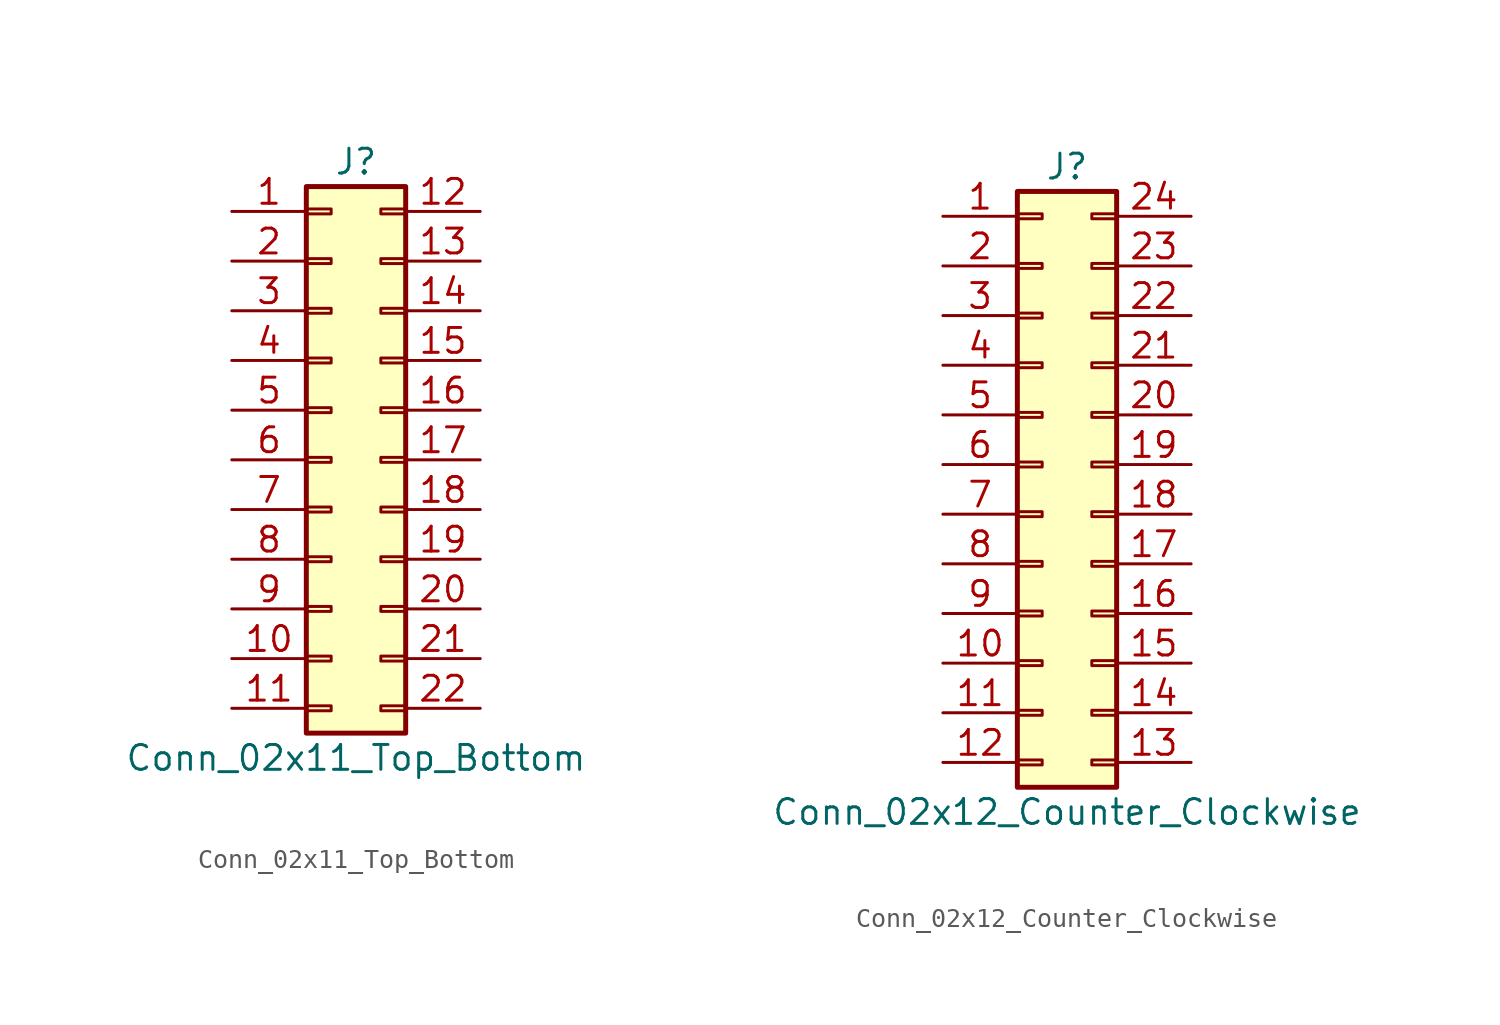
<source format=kicad_sym>
(kicad_symbol_lib
  (version 20220914)
  (generator kicad_symbol_editor)
  (symbol "Conn_02x11_Top_Bottom"
    (pin_names
      (offset 1.016) hide)
    (property "Reference" "J"
      (at 1.27 15.24 0)
      (effects (font (size 1.27 1.27))))
    (property "Value" "Conn_02x11_Top_Bottom"
      (at 1.27 -15.24 0)
      (effects (font (size 1.27 1.27))))
    (symbol "Conn_02x11_Top_Bottom_1_1"
      (rectangle (start -1.27 -12.573) (end 0 -12.827) (stroke (width 0.152) (type solid)) (fill (type none)))
      (rectangle (start -1.27 -10.033) (end 0 -10.287) (stroke (width 0.152) (type solid)) (fill (type none)))
      (rectangle (start -1.27 -7.493) (end 0 -7.747) (stroke (width 0.152) (type solid)) (fill (type none)))
      (rectangle (start -1.27 -4.953) (end 0 -5.207) (stroke (width 0.152) (type solid)) (fill (type none)))
      (rectangle (start -1.27 -2.413) (end 0 -2.667) (stroke (width 0.152) (type solid)) (fill (type none)))
      (rectangle (start -1.27 0.127) (end 0 -0.127) (stroke (width 0.152) (type solid)) (fill (type none)))
      (rectangle (start -1.27 2.667) (end 0 2.413) (stroke (width 0.152) (type solid)) (fill (type none)))
      (rectangle (start -1.27 5.207) (end 0 4.953) (stroke (width 0.152) (type solid)) (fill (type none)))
      (rectangle (start -1.27 7.747) (end 0 7.493) (stroke (width 0.152) (type solid)) (fill (type none)))
      (rectangle (start -1.27 10.287) (end 0 10.033) (stroke (width 0.152) (type solid)) (fill (type none)))
      (rectangle (start -1.27 12.827) (end 0 12.573) (stroke (width 0.152) (type solid)) (fill (type none)))
      (rectangle (start -1.27 13.97) (end 3.81 -13.97) (stroke (width 0.254) (type solid)) (fill (type background)))
      (rectangle (start 3.81 -12.573) (end 2.54 -12.827) (stroke (width 0.152) (type solid)) (fill (type none)))
      (rectangle (start 3.81 -10.033) (end 2.54 -10.287) (stroke (width 0.152) (type solid)) (fill (type none)))
      (rectangle (start 3.81 -7.493) (end 2.54 -7.747) (stroke (width 0.152) (type solid)) (fill (type none)))
      (rectangle (start 3.81 -4.953) (end 2.54 -5.207) (stroke (width 0.152) (type solid)) (fill (type none)))
      (rectangle (start 3.81 -2.413) (end 2.54 -2.667) (stroke (width 0.152) (type solid)) (fill (type none)))
      (rectangle (start 3.81 0.127) (end 2.54 -0.127) (stroke (width 0.152) (type solid)) (fill (type none)))
      (rectangle (start 3.81 2.667) (end 2.54 2.413) (stroke (width 0.152) (type solid)) (fill (type none)))
      (rectangle (start 3.81 5.207) (end 2.54 4.953) (stroke (width 0.152) (type solid)) (fill (type none)))
      (rectangle (start 3.81 7.747) (end 2.54 7.493) (stroke (width 0.152) (type solid)) (fill (type none)))
      (rectangle (start 3.81 10.287) (end 2.54 10.033) (stroke (width 0.152) (type solid)) (fill (type none)))
      (rectangle (start 3.81 12.827) (end 2.54 12.573) (stroke (width 0.152) (type solid)) (fill (type none)))
      (pin passive line (at -5.08 12.7 0) (length 3.81) (name "Pin_1" (effects (font (size 1.27 1.27)))) (number "1" (effects (font (size 1.27 1.27)))))
      (pin passive line (at -5.08 -10.16 0) (length 3.81) (name "Pin_10" (effects (font (size 1.27 1.27)))) (number "10" (effects (font (size 1.27 1.27)))))
      (pin passive line (at -5.08 -12.7 0) (length 3.81) (name "Pin_11" (effects (font (size 1.27 1.27)))) (number "11" (effects (font (size 1.27 1.27)))))
      (pin passive line (at 7.62 12.7 180) (length 3.81) (name "Pin_12" (effects (font (size 1.27 1.27)))) (number "12" (effects (font (size 1.27 1.27)))))
      (pin passive line (at 7.62 10.16 180) (length 3.81) (name "Pin_13" (effects (font (size 1.27 1.27)))) (number "13" (effects (font (size 1.27 1.27)))))
      (pin passive line (at 7.62 7.62 180) (length 3.81) (name "Pin_14" (effects (font (size 1.27 1.27)))) (number "14" (effects (font (size 1.27 1.27)))))
      (pin passive line (at 7.62 5.08 180) (length 3.81) (name "Pin_15" (effects (font (size 1.27 1.27)))) (number "15" (effects (font (size 1.27 1.27)))))
      (pin passive line (at 7.62 2.54 180) (length 3.81) (name "Pin_16" (effects (font (size 1.27 1.27)))) (number "16" (effects (font (size 1.27 1.27)))))
      (pin passive line (at 7.62 0 180) (length 3.81) (name "Pin_17" (effects (font (size 1.27 1.27)))) (number "17" (effects (font (size 1.27 1.27)))))
      (pin passive line (at 7.62 -2.54 180) (length 3.81) (name "Pin_18" (effects (font (size 1.27 1.27)))) (number "18" (effects (font (size 1.27 1.27)))))
      (pin passive line (at 7.62 -5.08 180) (length 3.81) (name "Pin_19" (effects (font (size 1.27 1.27)))) (number "19" (effects (font (size 1.27 1.27)))))
      (pin passive line (at -5.08 10.16 0) (length 3.81) (name "Pin_2" (effects (font (size 1.27 1.27)))) (number "2" (effects (font (size 1.27 1.27)))))
      (pin passive line (at 7.62 -7.62 180) (length 3.81) (name "Pin_20" (effects (font (size 1.27 1.27)))) (number "20" (effects (font (size 1.27 1.27)))))
      (pin passive line (at 7.62 -10.16 180) (length 3.81) (name "Pin_21" (effects (font (size 1.27 1.27)))) (number "21" (effects (font (size 1.27 1.27)))))
      (pin passive line (at 7.62 -12.7 180) (length 3.81) (name "Pin_22" (effects (font (size 1.27 1.27)))) (number "22" (effects (font (size 1.27 1.27)))))
      (pin passive line (at -5.08 7.62 0) (length 3.81) (name "Pin_3" (effects (font (size 1.27 1.27)))) (number "3" (effects (font (size 1.27 1.27)))))
      (pin passive line (at -5.08 5.08 0) (length 3.81) (name "Pin_4" (effects (font (size 1.27 1.27)))) (number "4" (effects (font (size 1.27 1.27)))))
      (pin passive line (at -5.08 2.54 0) (length 3.81) (name "Pin_5" (effects (font (size 1.27 1.27)))) (number "5" (effects (font (size 1.27 1.27)))))
      (pin passive line (at -5.08 0 0) (length 3.81) (name "Pin_6" (effects (font (size 1.27 1.27)))) (number "6" (effects (font (size 1.27 1.27)))))
      (pin passive line (at -5.08 -2.54 0) (length 3.81) (name "Pin_7" (effects (font (size 1.27 1.27)))) (number "7" (effects (font (size 1.27 1.27)))))
      (pin passive line (at -5.08 -5.08 0) (length 3.81) (name "Pin_8" (effects (font (size 1.27 1.27)))) (number "8" (effects (font (size 1.27 1.27)))))
      (pin passive line (at -5.08 -7.62 0) (length 3.81) (name "Pin_9" (effects (font (size 1.27 1.27)))) (number "9" (effects (font (size 1.27 1.27)))))))
  (symbol "Conn_02x12_Counter_Clockwise"
    (pin_names
      (offset 1.016) hide)
    (property "Reference" "J"
      (at 1.27 15.24 0)
      (effects (font (size 1.27 1.27))))
    (property "Value" "Conn_02x12_Counter_Clockwise"
      (at 1.27 -17.78 0)
      (effects (font (size 1.27 1.27))))
    (symbol "Conn_02x12_Counter_Clockwise_1_1"
      (rectangle (start -1.27 -15.113) (end 0 -15.367) (stroke (width 0.152) (type solid)) (fill (type none)))
      (rectangle (start -1.27 -12.573) (end 0 -12.827) (stroke (width 0.152) (type solid)) (fill (type none)))
      (rectangle (start -1.27 -10.033) (end 0 -10.287) (stroke (width 0.152) (type solid)) (fill (type none)))
      (rectangle (start -1.27 -7.493) (end 0 -7.747) (stroke (width 0.152) (type solid)) (fill (type none)))
      (rectangle (start -1.27 -4.953) (end 0 -5.207) (stroke (width 0.152) (type solid)) (fill (type none)))
      (rectangle (start -1.27 -2.413) (end 0 -2.667) (stroke (width 0.152) (type solid)) (fill (type none)))
      (rectangle (start -1.27 0.127) (end 0 -0.127) (stroke (width 0.152) (type solid)) (fill (type none)))
      (rectangle (start -1.27 2.667) (end 0 2.413) (stroke (width 0.152) (type solid)) (fill (type none)))
      (rectangle (start -1.27 5.207) (end 0 4.953) (stroke (width 0.152) (type solid)) (fill (type none)))
      (rectangle (start -1.27 7.747) (end 0 7.493) (stroke (width 0.152) (type solid)) (fill (type none)))
      (rectangle (start -1.27 10.287) (end 0 10.033) (stroke (width 0.152) (type solid)) (fill (type none)))
      (rectangle (start -1.27 12.827) (end 0 12.573) (stroke (width 0.152) (type solid)) (fill (type none)))
      (rectangle (start -1.27 13.97) (end 3.81 -16.51) (stroke (width 0.254) (type solid)) (fill (type background)))
      (rectangle (start 3.81 -15.113) (end 2.54 -15.367) (stroke (width 0.152) (type solid)) (fill (type none)))
      (rectangle (start 3.81 -12.573) (end 2.54 -12.827) (stroke (width 0.152) (type solid)) (fill (type none)))
      (rectangle (start 3.81 -10.033) (end 2.54 -10.287) (stroke (width 0.152) (type solid)) (fill (type none)))
      (rectangle (start 3.81 -7.493) (end 2.54 -7.747) (stroke (width 0.152) (type solid)) (fill (type none)))
      (rectangle (start 3.81 -4.953) (end 2.54 -5.207) (stroke (width 0.152) (type solid)) (fill (type none)))
      (rectangle (start 3.81 -2.413) (end 2.54 -2.667) (stroke (width 0.152) (type solid)) (fill (type none)))
      (rectangle (start 3.81 0.127) (end 2.54 -0.127) (stroke (width 0.152) (type solid)) (fill (type none)))
      (rectangle (start 3.81 2.667) (end 2.54 2.413) (stroke (width 0.152) (type solid)) (fill (type none)))
      (rectangle (start 3.81 5.207) (end 2.54 4.953) (stroke (width 0.152) (type solid)) (fill (type none)))
      (rectangle (start 3.81 7.747) (end 2.54 7.493) (stroke (width 0.152) (type solid)) (fill (type none)))
      (rectangle (start 3.81 10.287) (end 2.54 10.033) (stroke (width 0.152) (type solid)) (fill (type none)))
      (rectangle (start 3.81 12.827) (end 2.54 12.573) (stroke (width 0.152) (type solid)) (fill (type none)))
      (pin passive line (at -5.08 12.7 0) (length 3.81) (name "Pin_1" (effects (font (size 1.27 1.27)))) (number "1" (effects (font (size 1.27 1.27)))))
      (pin passive line (at -5.08 -10.16 0) (length 3.81) (name "Pin_10" (effects (font (size 1.27 1.27)))) (number "10" (effects (font (size 1.27 1.27)))))
      (pin passive line (at -5.08 -12.7 0) (length 3.81) (name "Pin_11" (effects (font (size 1.27 1.27)))) (number "11" (effects (font (size 1.27 1.27)))))
      (pin passive line (at -5.08 -15.24 0) (length 3.81) (name "Pin_12" (effects (font (size 1.27 1.27)))) (number "12" (effects (font (size 1.27 1.27)))))
      (pin passive line (at 7.62 -15.24 180) (length 3.81) (name "Pin_13" (effects (font (size 1.27 1.27)))) (number "13" (effects (font (size 1.27 1.27)))))
      (pin passive line (at 7.62 -12.7 180) (length 3.81) (name "Pin_14" (effects (font (size 1.27 1.27)))) (number "14" (effects (font (size 1.27 1.27)))))
      (pin passive line (at 7.62 -10.16 180) (length 3.81) (name "Pin_15" (effects (font (size 1.27 1.27)))) (number "15" (effects (font (size 1.27 1.27)))))
      (pin passive line (at 7.62 -7.62 180) (length 3.81) (name "Pin_16" (effects (font (size 1.27 1.27)))) (number "16" (effects (font (size 1.27 1.27)))))
      (pin passive line (at 7.62 -5.08 180) (length 3.81) (name "Pin_17" (effects (font (size 1.27 1.27)))) (number "17" (effects (font (size 1.27 1.27)))))
      (pin passive line (at 7.62 -2.54 180) (length 3.81) (name "Pin_18" (effects (font (size 1.27 1.27)))) (number "18" (effects (font (size 1.27 1.27)))))
      (pin passive line (at 7.62 0 180) (length 3.81) (name "Pin_19" (effects (font (size 1.27 1.27)))) (number "19" (effects (font (size 1.27 1.27)))))
      (pin passive line (at -5.08 10.16 0) (length 3.81) (name "Pin_2" (effects (font (size 1.27 1.27)))) (number "2" (effects (font (size 1.27 1.27)))))
      (pin passive line (at 7.62 2.54 180) (length 3.81) (name "Pin_20" (effects (font (size 1.27 1.27)))) (number "20" (effects (font (size 1.27 1.27)))))
      (pin passive line (at 7.62 5.08 180) (length 3.81) (name "Pin_21" (effects (font (size 1.27 1.27)))) (number "21" (effects (font (size 1.27 1.27)))))
      (pin passive line (at 7.62 7.62 180) (length 3.81) (name "Pin_22" (effects (font (size 1.27 1.27)))) (number "22" (effects (font (size 1.27 1.27)))))
      (pin passive line (at 7.62 10.16 180) (length 3.81) (name "Pin_23" (effects (font (size 1.27 1.27)))) (number "23" (effects (font (size 1.27 1.27)))))
      (pin passive line (at 7.62 12.7 180) (length 3.81) (name "Pin_24" (effects (font (size 1.27 1.27)))) (number "24" (effects (font (size 1.27 1.27)))))
      (pin passive line (at -5.08 7.62 0) (length 3.81) (name "Pin_3" (effects (font (size 1.27 1.27)))) (number "3" (effects (font (size 1.27 1.27)))))
      (pin passive line (at -5.08 5.08 0) (length 3.81) (name "Pin_4" (effects (font (size 1.27 1.27)))) (number "4" (effects (font (size 1.27 1.27)))))
      (pin passive line (at -5.08 2.54 0) (length 3.81) (name "Pin_5" (effects (font (size 1.27 1.27)))) (number "5" (effects (font (size 1.27 1.27)))))
      (pin passive line (at -5.08 0 0) (length 3.81) (name "Pin_6" (effects (font (size 1.27 1.27)))) (number "6" (effects (font (size 1.27 1.27)))))
      (pin passive line (at -5.08 -2.54 0) (length 3.81) (name "Pin_7" (effects (font (size 1.27 1.27)))) (number "7" (effects (font (size 1.27 1.27)))))
      (pin passive line (at -5.08 -5.08 0) (length 3.81) (name "Pin_8" (effects (font (size 1.27 1.27)))) (number "8" (effects (font (size 1.27 1.27)))))
      (pin passive line (at -5.08 -7.62 0) (length 3.81) (name "Pin_9" (effects (font (size 1.27 1.27)))) (number "9" (effects (font (size 1.27 1.27))))))))
</source>
